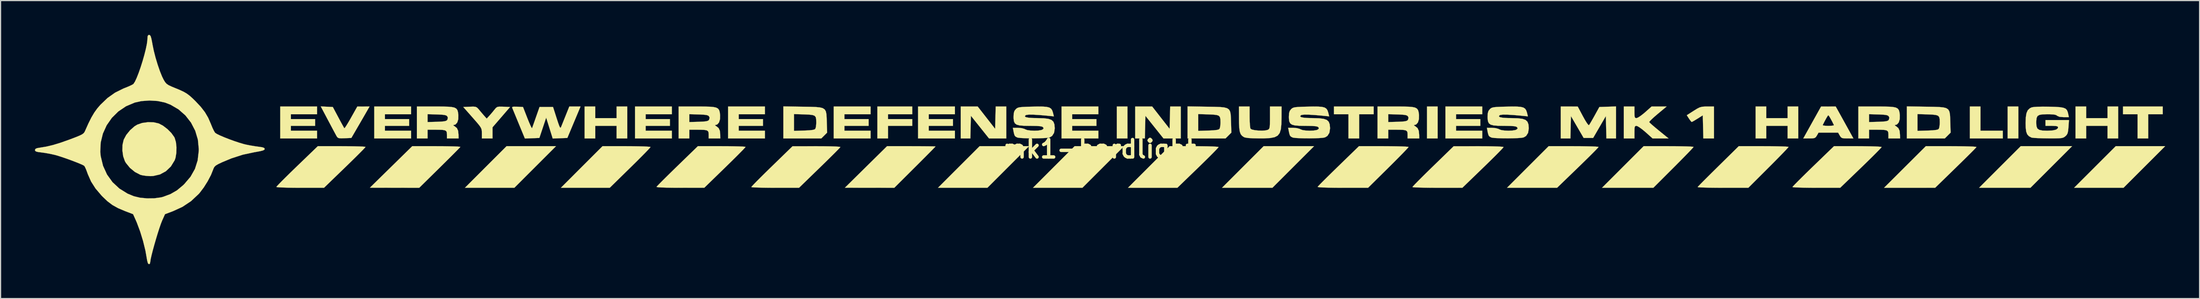
<source format=kicad_pcb>
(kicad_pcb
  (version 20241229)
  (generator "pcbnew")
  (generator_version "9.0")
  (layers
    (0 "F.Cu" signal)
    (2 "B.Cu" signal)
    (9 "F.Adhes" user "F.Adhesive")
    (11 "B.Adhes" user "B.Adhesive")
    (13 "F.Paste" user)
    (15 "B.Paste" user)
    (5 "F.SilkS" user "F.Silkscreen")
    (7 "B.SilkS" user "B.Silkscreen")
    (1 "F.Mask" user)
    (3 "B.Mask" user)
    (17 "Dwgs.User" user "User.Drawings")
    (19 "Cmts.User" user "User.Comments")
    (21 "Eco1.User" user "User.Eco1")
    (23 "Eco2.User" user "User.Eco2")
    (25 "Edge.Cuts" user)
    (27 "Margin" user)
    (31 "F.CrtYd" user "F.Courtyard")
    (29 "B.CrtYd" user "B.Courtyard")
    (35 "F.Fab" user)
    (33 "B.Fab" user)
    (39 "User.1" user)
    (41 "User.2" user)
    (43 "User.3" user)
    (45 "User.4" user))
  (footprint "mk1-hardlight"
    (layer "F.Cu")
    (at 92.969 9.996)
    (property "Reference" "mk1-hardlight" (at 0 0 0) (layer "F.SilkS") (effects (font (size 1.524 1.524) (thickness 0.3))))
    (attr through_hole)
    (fp_poly (pts (xy 2.455 -0.931) (xy 1.524 -0.931) (xy 1.524 -3.725) (xy 2.455 -3.725) (xy 2.455 -0.931)) (stroke (width 0.01) (type solid)) (fill yes) (layer "F.SilkS"))
    (fp_poly (pts (xy 29.549 -0.931) (xy 28.617 -0.931) (xy 28.617 -3.725) (xy 29.549 -3.725) (xy 29.549 -0.931)) (stroke (width 0.01) (type solid)) (fill yes) (layer "F.SilkS"))
    (fp_poly (pts (xy 80.264 -0.931) (xy 79.333 -0.931) (xy 79.333 -3.725) (xy 80.264 -3.725) (xy 80.264 -0.931)) (stroke (width 0.01) (type solid)) (fill yes) (layer "F.SilkS"))
    (fp_poly (pts (xy -49.276 1.566) (xy -51.095 3.387) (xy -55.413 3.387) (xy -53.594 1.566) (xy -51.775 -0.254) (xy -47.457 -0.254) (xy -49.276 1.566)) (stroke (width 0.01) (type solid)) (fill yes) (layer "F.SilkS"))
    (fp_poly (pts (xy -7.959 1.566) (xy -9.778 3.387) (xy -14.096 3.387) (xy -12.277 1.566) (xy -10.458 -0.254) (xy -6.14 -0.254) (xy -7.959 1.566)) (stroke (width 0.01) (type solid)) (fill yes) (layer "F.SilkS"))
    (fp_poly (pts (xy 0.339 1.566) (xy -1.48 3.387) (xy -5.798 3.387) (xy -3.979 1.566) (xy -2.16 -0.254) (xy 2.158 -0.254) (xy 0.339 1.566)) (stroke (width 0.01) (type solid)) (fill yes) (layer "F.SilkS"))
    (fp_poly (pts (xy 16.933 1.566) (xy 15.114 3.387) (xy 10.712 3.387) (xy 12.531 1.566) (xy 14.35 -0.254) (xy 18.752 -0.254) (xy 16.933 1.566)) (stroke (width 0.01) (type solid)) (fill yes) (layer "F.SilkS"))
    (fp_poly (pts (xy 76.962 -1.609) (xy 78.909 -1.609) (xy 78.909 -0.931) (xy 76.031 -0.931) (xy 76.031 -3.725) (xy 76.962 -3.725) (xy 76.962 -1.609)) (stroke (width 0.01) (type solid)) (fill yes) (layer "F.SilkS"))
    (fp_poly (pts (xy 83.143 1.566) (xy 81.324 3.387) (xy 76.836 3.387) (xy 78.655 1.566) (xy 80.474 -0.254) (xy 84.962 -0.254) (xy 83.143 1.566)) (stroke (width 0.01) (type solid)) (fill yes) (layer "F.SilkS"))
    (fp_poly (pts (xy 91.271 1.566) (xy 89.452 3.387) (xy 85.134 3.387) (xy 86.953 1.566) (xy 88.772 -0.254) (xy 93.09 -0.254) (xy 91.271 1.566)) (stroke (width 0.01) (type solid)) (fill yes) (layer "F.SilkS"))
    (fp_poly (pts (xy 23.961 -3.048) (xy 22.691 -3.048) (xy 22.691 -0.931) (xy 21.759 -0.931) (xy 21.759 -3.048) (xy 20.489 -3.048) (xy 20.489 -3.725) (xy 23.961 -3.725) (xy 23.961 -3.048)) (stroke (width 0.01) (type solid)) (fill yes) (layer "F.SilkS"))
    (fp_poly (pts (xy 92.879 -3.048) (xy 91.609 -3.048) (xy 91.609 -0.931) (xy 90.678 -0.931) (xy 90.678 -3.048) (xy 89.408 -3.048) (xy 89.408 -3.725) (xy 92.879 -3.725) (xy 92.879 -3.048)) (stroke (width 0.01) (type solid)) (fill yes) (layer "F.SilkS"))
    (fp_poly (pts (xy -16.341 -3.048) (xy -18.457 -3.048) (xy -18.457 -2.625) (xy -16.341 -2.625) (xy -16.341 -2.032) (xy -18.457 -2.032) (xy -18.457 -0.931) (xy -19.389 -0.931) (xy -19.389 -3.725) (xy -16.341 -3.725) (xy -16.341 -3.048)) (stroke (width 0.01) (type solid)) (fill yes) (layer "F.SilkS"))
    (fp_poly (pts (xy -68.326 -3.048) (xy -70.612 -3.048) (xy -70.612 -2.625) (xy -68.495 -2.625) (xy -68.495 -2.032) (xy -70.612 -2.032) (xy -70.612 -1.609) (xy -68.326 -1.609) (xy -68.326 -0.931) (xy -71.543 -0.931) (xy -71.543 -3.725) (xy -68.326 -3.725) (xy -68.326 -3.048)) (stroke (width 0.01) (type solid)) (fill yes) (layer "F.SilkS"))
    (fp_poly (pts (xy -60.113 -3.048) (xy -62.399 -3.048) (xy -62.399 -2.625) (xy -60.283 -2.625) (xy -60.283 -2.032) (xy -62.399 -2.032) (xy -62.399 -1.609) (xy -60.113 -1.609) (xy -60.113 -0.931) (xy -63.331 -0.931) (xy -63.331 -3.725) (xy -60.113 -3.725) (xy -60.113 -3.048)) (stroke (width 0.01) (type solid)) (fill yes) (layer "F.SilkS"))
    (fp_poly (pts (xy -44.027 -2.709) (xy -42.164 -2.709) (xy -42.164 -3.725) (xy -41.233 -3.725) (xy -41.233 -0.931) (xy -42.164 -0.931) (xy -42.164 -2.032) (xy -44.027 -2.032) (xy -44.027 -0.931) (xy -44.958 -0.931) (xy -44.958 -3.725) (xy -44.027 -3.725) (xy -44.027 -2.709)) (stroke (width 0.01) (type solid)) (fill yes) (layer "F.SilkS"))
    (fp_poly (pts (xy -37.338 -3.048) (xy -39.624 -3.048) (xy -39.624 -2.625) (xy -37.507 -2.625) (xy -37.507 -2.032) (xy -39.624 -2.032) (xy -39.624 -1.609) (xy -37.338 -1.609) (xy -37.338 -0.931) (xy -40.555 -0.931) (xy -40.555 -3.725) (xy -37.338 -3.725) (xy -37.338 -3.048)) (stroke (width 0.01) (type solid)) (fill yes) (layer "F.SilkS"))
    (fp_poly (pts (xy -29.21 -3.048) (xy -31.496 -3.048) (xy -31.496 -2.625) (xy -29.379 -2.625) (xy -29.379 -2.032) (xy -31.496 -2.032) (xy -31.496 -1.609) (xy -29.21 -1.609) (xy -29.21 -0.931) (xy -32.427 -0.931) (xy -32.427 -3.725) (xy -29.21 -3.725) (xy -29.21 -3.048)) (stroke (width 0.01) (type solid)) (fill yes) (layer "F.SilkS"))
    (fp_poly (pts (xy -19.981 -3.048) (xy -22.267 -3.048) (xy -22.267 -2.625) (xy -20.151 -2.625) (xy -20.151 -2.032) (xy -22.267 -2.032) (xy -22.267 -1.609) (xy -19.981 -1.609) (xy -19.981 -0.931) (xy -23.199 -0.931) (xy -23.199 -3.725) (xy -19.981 -3.725) (xy -19.981 -3.048)) (stroke (width 0.01) (type solid)) (fill yes) (layer "F.SilkS"))
    (fp_poly (pts (xy -12.615 -3.048) (xy -14.901 -3.048) (xy -14.901 -2.625) (xy -12.785 -2.625) (xy -12.785 -2.032) (xy -14.901 -2.032) (xy -14.901 -1.609) (xy -12.615 -1.609) (xy -12.615 -0.931) (xy -15.833 -0.931) (xy -15.833 -3.725) (xy -12.615 -3.725) (xy -12.615 -3.048)) (stroke (width 0.01) (type solid)) (fill yes) (layer "F.SilkS"))
    (fp_poly (pts (xy -9.102 -1.772) (xy -9.078 -2.748) (xy -9.054 -3.725) (xy -8.128 -3.725) (xy -8.128 -0.931) (xy -9.637 -0.931) (xy -11.218 -2.913) (xy -11.242 -1.922) (xy -11.266 -0.931) (xy -12.107 -0.931) (xy -12.107 -3.725) (xy -10.625 -3.725) (xy -9.102 -1.772)) (stroke (width 0.01) (type solid)) (fill yes) (layer "F.SilkS"))
    (fp_poly (pts (xy -0.085 -3.048) (xy -2.371 -3.048) (xy -2.371 -2.625) (xy -0.254 -2.625) (xy -0.254 -2.032) (xy -2.371 -2.032) (xy -2.371 -1.609) (xy -0.085 -1.609) (xy -0.085 -0.931) (xy -3.302 -0.931) (xy -3.302 -3.725) (xy -0.085 -3.725) (xy -0.085 -3.048)) (stroke (width 0.01) (type solid)) (fill yes) (layer "F.SilkS"))
    (fp_poly (pts (xy 6.138 -1.772) (xy 6.162 -2.748) (xy 6.186 -3.725) (xy 7.112 -3.725) (xy 7.112 -0.931) (xy 5.603 -0.931) (xy 4.022 -2.913) (xy 3.998 -1.922) (xy 3.974 -0.931) (xy 3.133 -0.931) (xy 3.133 -3.725) (xy 4.615 -3.725) (xy 6.138 -1.772)) (stroke (width 0.01) (type solid)) (fill yes) (layer "F.SilkS"))
    (fp_poly (pts (xy 33.443 -3.048) (xy 31.157 -3.048) (xy 31.157 -2.625) (xy 33.274 -2.625) (xy 33.274 -2.032) (xy 31.157 -2.032) (xy 31.157 -1.609) (xy 33.443 -1.609) (xy 33.443 -0.931) (xy 30.226 -0.931) (xy 30.226 -3.725) (xy 33.443 -3.725) (xy 33.443 -3.048)) (stroke (width 0.01) (type solid)) (fill yes) (layer "F.SilkS"))
    (fp_poly (pts (xy 58.251 -2.709) (xy 60.113 -2.709) (xy 60.113 -3.725) (xy 61.045 -3.725) (xy 61.045 -0.931) (xy 60.113 -0.931) (xy 60.113 -2.032) (xy 58.251 -2.032) (xy 58.251 -0.931) (xy 57.319 -0.931) (xy 57.319 -3.725) (xy 58.251 -3.725) (xy 58.251 -2.709)) (stroke (width 0.01) (type solid)) (fill yes) (layer "F.SilkS"))
    (fp_poly (pts (xy 86.191 -2.709) (xy 88.053 -2.709) (xy 88.053 -3.725) (xy 88.985 -3.725) (xy 88.985 -0.931) (xy 88.053 -0.931) (xy 88.053 -2.032) (xy 86.191 -2.032) (xy 86.191 -0.931) (xy 85.259 -0.931) (xy 85.259 -3.725) (xy 86.191 -3.725) (xy 86.191 -2.709)) (stroke (width 0.01) (type solid)) (fill yes) (layer "F.SilkS"))
    (fp_poly (pts (xy -57.32 -0.252) (xy -56.806 -0.245) (xy -56.376 -0.234) (xy -56.052 -0.221) (xy -55.857 -0.205) (xy -55.809 -0.191) (xy -55.875 -0.117) (xy -56.046 0.06) (xy -56.307 0.324) (xy -56.644 0.662) (xy -57.04 1.056) (xy -57.482 1.493) (xy -57.62 1.63) (xy -59.402 3.387) (xy -61.557 3.383) (xy -63.712 3.379) (xy -60.012 -0.254) (xy -57.897 -0.254) (xy -57.32 -0.252)) (stroke (width 0.01) (type solid)) (fill yes) (layer "F.SilkS"))
    (fp_poly (pts (xy -40.721 -0.251) (xy -40.206 -0.243) (xy -39.774 -0.231) (xy -39.448 -0.214) (xy -39.251 -0.196) (xy -39.201 -0.18) (xy -39.259 -0.104) (xy -39.424 0.075) (xy -39.68 0.341) (xy -40.013 0.678) (xy -40.407 1.073) (xy -40.847 1.508) (xy -40.983 1.641) (xy -42.764 3.387) (xy -47.031 3.387) (xy -45.212 1.566) (xy -43.393 -0.254) (xy -41.297 -0.254) (xy -40.721 -0.251)) (stroke (width 0.01) (type solid)) (fill yes) (layer "F.SilkS"))
    (fp_poly (pts (xy -15.847 -0.253) (xy -15.329 -0.25) (xy -14.893 -0.246) (xy -14.564 -0.241) (xy -14.362 -0.234) (xy -14.309 -0.229) (xy -14.366 -0.165) (xy -14.529 0.003) (xy -14.783 0.261) (xy -15.113 0.594) (xy -15.504 0.987) (xy -15.941 1.425) (xy -16.108 1.591) (xy -17.907 3.386) (xy -22.225 3.381) (xy -20.384 1.563) (xy -18.543 -0.254) (xy -16.426 -0.254) (xy -15.847 -0.253)) (stroke (width 0.01) (type solid)) (fill yes) (layer "F.SilkS"))
    (fp_poly (pts (xy 42.01 -0.252) (xy 42.538 -0.244) (xy 42.983 -0.234) (xy 43.324 -0.22) (xy 43.538 -0.203) (xy 43.603 -0.187) (xy 43.545 -0.113) (xy 43.379 0.062) (xy 43.121 0.325) (xy 42.786 0.66) (xy 42.388 1.051) (xy 41.944 1.485) (xy 41.79 1.634) (xy 39.977 3.387) (xy 35.604 3.387) (xy 37.423 1.566) (xy 39.242 -0.254) (xy 41.422 -0.254) (xy 42.01 -0.252)) (stroke (width 0.01) (type solid)) (fill yes) (layer "F.SilkS"))
    (fp_poly (pts (xy 50.307 -0.252) (xy 50.835 -0.245) (xy 51.281 -0.235) (xy 51.621 -0.221) (xy 51.835 -0.205) (xy 51.901 -0.19) (xy 51.843 -0.116) (xy 51.68 0.062) (xy 51.426 0.328) (xy 51.097 0.667) (xy 50.707 1.063) (xy 50.272 1.502) (xy 50.143 1.631) (xy 48.386 3.387) (xy 43.901 3.387) (xy 45.72 1.566) (xy 47.539 -0.254) (xy 49.72 -0.254) (xy 50.307 -0.252)) (stroke (width 0.01) (type solid)) (fill yes) (layer "F.SilkS"))
    (fp_poly (pts (xy 75.028 -0.251) (xy 75.57 -0.243) (xy 76.019 -0.231) (xy 76.354 -0.216) (xy 76.556 -0.197) (xy 76.609 -0.179) (xy 76.544 -0.103) (xy 76.372 0.076) (xy 76.109 0.342) (xy 75.77 0.679) (xy 75.371 1.073) (xy 74.927 1.508) (xy 74.791 1.642) (xy 73 3.387) (xy 68.538 3.386) (xy 70.362 1.566) (xy 72.186 -0.254) (xy 74.412 -0.254) (xy 75.028 -0.251)) (stroke (width 0.01) (type solid)) (fill yes) (layer "F.SilkS"))
    (fp_poly (pts (xy 8.898 -0.251) (xy 9.439 -0.243) (xy 9.878 -0.229) (xy 10.198 -0.212) (xy 10.379 -0.191) (xy 10.414 -0.176) (xy 10.355 -0.1) (xy 10.19 0.078) (xy 9.932 0.343) (xy 9.597 0.68) (xy 9.2 1.072) (xy 8.757 1.506) (xy 8.615 1.643) (xy 6.816 3.385) (xy 4.657 3.386) (xy 2.499 3.387) (xy 4.318 1.566) (xy 6.137 -0.254) (xy 8.275 -0.254) (xy 8.898 -0.251)) (stroke (width 0.01) (type solid)) (fill yes) (layer "F.SilkS"))
    (fp_poly (pts (xy 53.679 -0.931) (xy 52.753 -0.931) (xy 52.729 -1.942) (xy 52.705 -2.953) (xy 52.243 -2.662) (xy 51.999 -2.512) (xy 51.815 -2.407) (xy 51.735 -2.372) (xy 51.665 -2.437) (xy 51.544 -2.598) (xy 51.498 -2.668) (xy 51.306 -2.963) (xy 51.901 -3.344) (xy 52.207 -3.534) (xy 52.434 -3.648) (xy 52.643 -3.704) (xy 52.895 -3.724) (xy 53.087 -3.725) (xy 53.679 -3.725) (xy 53.679 -0.931)) (stroke (width 0.01) (type solid)) (fill yes) (layer "F.SilkS"))
    (fp_poly (pts (xy 45.127 -0.931) (xy 44.286 -0.931) (xy 44.262 -1.909) (xy 44.238 -2.886) (xy 43.129 -0.974) (xy 42.3 -0.974) (xy 41.19 -2.886) (xy 41.166 -1.909) (xy 41.143 -0.931) (xy 40.301 -0.931) (xy 40.301 -3.725) (xy 41.042 -3.724) (xy 41.783 -3.723) (xy 42.236 -2.869) (xy 42.42 -2.539) (xy 42.581 -2.281) (xy 42.701 -2.122) (xy 42.76 -2.087) (xy 42.829 -2.188) (xy 42.957 -2.402) (xy 43.125 -2.695) (xy 43.251 -2.921) (xy 43.671 -3.683) (xy 45.127 -3.732) (xy 45.127 -0.931)) (stroke (width 0.01) (type solid)) (fill yes) (layer "F.SilkS"))
    (fp_poly (pts (xy -65.603 -0.251) (xy -65.09 -0.244) (xy -64.659 -0.233) (xy -64.335 -0.219) (xy -64.14 -0.203) (xy -64.093 -0.189) (xy -64.151 -0.115) (xy -64.317 0.06) (xy -64.575 0.322) (xy -64.91 0.657) (xy -65.307 1.048) (xy -65.751 1.482) (xy -65.906 1.632) (xy -67.72 3.387) (xy -69.801 3.387) (xy -70.374 3.384) (xy -70.887 3.376) (xy -71.317 3.363) (xy -71.64 3.347) (xy -71.835 3.328) (xy -71.882 3.313) (xy -71.823 3.237) (xy -71.657 3.06) (xy -71.399 2.796) (xy -71.063 2.461) (xy -70.666 2.069) (xy -70.221 1.636) (xy -70.072 1.492) (xy -68.261 -0.254) (xy -66.177 -0.254) (xy -65.603 -0.251)) (stroke (width 0.01) (type solid)) (fill yes) (layer "F.SilkS"))
    (fp_poly (pts (xy -32.412 -0.252) (xy -31.898 -0.245) (xy -31.467 -0.234) (xy -31.143 -0.22) (xy -30.948 -0.204) (xy -30.9 -0.191) (xy -30.957 -0.118) (xy -31.121 0.058) (xy -31.378 0.32) (xy -31.711 0.655) (xy -32.106 1.047) (xy -32.549 1.481) (xy -32.699 1.628) (xy -34.502 3.382) (xy -36.604 3.385) (xy -37.259 3.382) (xy -37.806 3.374) (xy -38.233 3.36) (xy -38.524 3.341) (xy -38.667 3.318) (xy -38.679 3.307) (xy -38.613 3.23) (xy -38.441 3.051) (xy -38.177 2.785) (xy -37.838 2.447) (xy -37.439 2.053) (xy -36.994 1.618) (xy -36.859 1.487) (xy -35.067 -0.254) (xy -32.985 -0.254) (xy -32.412 -0.252)) (stroke (width 0.01) (type solid)) (fill yes) (layer "F.SilkS"))
    (fp_poly (pts (xy -24.04 -0.249) (xy -23.493 -0.241) (xy -23.066 -0.227) (xy -22.775 -0.209) (xy -22.632 -0.186) (xy -22.62 -0.175) (xy -22.686 -0.097) (xy -22.858 0.082) (xy -23.121 0.348) (xy -23.461 0.686) (xy -23.86 1.08) (xy -24.305 1.514) (xy -24.44 1.646) (xy -26.231 3.387) (xy -28.313 3.387) (xy -28.887 3.384) (xy -29.401 3.377) (xy -29.831 3.367) (xy -30.156 3.353) (xy -30.351 3.337) (xy -30.399 3.323) (xy -30.342 3.25) (xy -30.177 3.075) (xy -29.921 2.812) (xy -29.588 2.477) (xy -29.192 2.085) (xy -28.75 1.651) (xy -28.6 1.505) (xy -26.797 -0.25) (xy -24.694 -0.252) (xy -24.04 -0.249)) (stroke (width 0.01) (type solid)) (fill yes) (layer "F.SilkS"))
    (fp_poly (pts (xy 25.428 -0.251) (xy 25.953 -0.244) (xy 26.396 -0.233) (xy 26.735 -0.218) (xy 26.946 -0.201) (xy 27.009 -0.184) (xy 26.951 -0.109) (xy 26.787 0.069) (xy 26.532 0.335) (xy 26.201 0.673) (xy 25.809 1.068) (xy 25.371 1.506) (xy 25.24 1.636) (xy 23.471 3.387) (xy 21.253 3.387) (xy 20.579 3.384) (xy 20.012 3.375) (xy 19.565 3.362) (xy 19.252 3.344) (xy 19.087 3.322) (xy 19.064 3.307) (xy 19.13 3.23) (xy 19.302 3.051) (xy 19.565 2.785) (xy 19.905 2.447) (xy 20.304 2.053) (xy 20.749 1.618) (xy 20.884 1.487) (xy 22.675 -0.254) (xy 24.842 -0.254) (xy 25.428 -0.251)) (stroke (width 0.01) (type solid)) (fill yes) (layer "F.SilkS"))
    (fp_poly (pts (xy 33.757 -0.25) (xy 34.305 -0.242) (xy 34.751 -0.229) (xy 35.078 -0.213) (xy 35.266 -0.192) (xy 35.306 -0.176) (xy 35.247 -0.1) (xy 35.082 0.078) (xy 34.824 0.343) (xy 34.489 0.68) (xy 34.092 1.072) (xy 33.649 1.506) (xy 33.507 1.643) (xy 31.708 3.385) (xy 29.527 3.386) (xy 28.94 3.384) (xy 28.412 3.377) (xy 27.966 3.367) (xy 27.624 3.354) (xy 27.41 3.339) (xy 27.344 3.323) (xy 27.401 3.25) (xy 27.565 3.075) (xy 27.822 2.812) (xy 28.155 2.477) (xy 28.55 2.085) (xy 28.993 1.651) (xy 29.143 1.505) (xy 30.946 -0.25) (xy 33.126 -0.252) (xy 33.757 -0.25)) (stroke (width 0.01) (type solid)) (fill yes) (layer "F.SilkS"))
    (fp_poly (pts (xy 58.609 -0.252) (xy 59.136 -0.245) (xy 59.581 -0.234) (xy 59.921 -0.221) (xy 60.134 -0.205) (xy 60.198 -0.19) (xy 60.14 -0.116) (xy 59.977 0.062) (xy 59.724 0.328) (xy 59.395 0.667) (xy 59.005 1.063) (xy 58.569 1.502) (xy 58.44 1.631) (xy 56.683 3.387) (xy 54.454 3.387) (xy 53.861 3.384) (xy 53.33 3.378) (xy 52.882 3.368) (xy 52.539 3.355) (xy 52.322 3.34) (xy 52.253 3.323) (xy 52.319 3.25) (xy 52.49 3.073) (xy 52.751 2.808) (xy 53.088 2.471) (xy 53.484 2.076) (xy 53.926 1.639) (xy 54.064 1.503) (xy 55.846 -0.254) (xy 58.022 -0.254) (xy 58.609 -0.252)) (stroke (width 0.01) (type solid)) (fill yes) (layer "F.SilkS"))
    (fp_poly (pts (xy 66.825 -0.251) (xy 67.341 -0.243) (xy 67.771 -0.23) (xy 68.092 -0.214) (xy 68.282 -0.194) (xy 68.326 -0.179) (xy 68.267 -0.103) (xy 68.101 0.074) (xy 67.843 0.338) (xy 67.507 0.674) (xy 67.11 1.065) (xy 66.665 1.498) (xy 66.517 1.641) (xy 64.707 3.387) (xy 62.622 3.387) (xy 62.048 3.384) (xy 61.534 3.377) (xy 61.104 3.366) (xy 60.78 3.352) (xy 60.585 3.335) (xy 60.537 3.321) (xy 60.595 3.248) (xy 60.761 3.073) (xy 61.019 2.81) (xy 61.354 2.476) (xy 61.751 2.084) (xy 62.195 1.651) (xy 62.35 1.501) (xy 64.164 -0.254) (xy 66.245 -0.254) (xy 66.825 -0.251)) (stroke (width 0.01) (type solid)) (fill yes) (layer "F.SilkS"))
    (fp_poly (pts (xy -54.489 -3.7) (xy -54.357 -3.636) (xy -54.229 -3.506) (xy -54.153 -3.414) (xy -53.95 -3.171) (xy -53.755 -2.943) (xy -53.7 -2.881) (xy -53.51 -2.667) (xy -53.277 -2.921) (xy -53.06 -3.169) (xy -52.845 -3.432) (xy -52.827 -3.455) (xy -52.703 -3.603) (xy -52.587 -3.684) (xy -52.427 -3.715) (xy -52.17 -3.714) (xy -52.039 -3.708) (xy -51.468 -3.683) (xy -52.234 -2.794) (xy -53.001 -1.906) (xy -53.001 -0.931) (xy -53.933 -0.931) (xy -53.933 -1.386) (xy -53.936 -1.566) (xy -53.956 -1.713) (xy -54.01 -1.854) (xy -54.115 -2.02) (xy -54.288 -2.238) (xy -54.547 -2.537) (xy -54.744 -2.762) (xy -55.556 -3.683) (xy -54.986 -3.708) (xy -54.681 -3.718) (xy -54.489 -3.7)) (stroke (width 0.01) (type solid)) (fill yes) (layer "F.SilkS"))
    (fp_poly (pts (xy -25.91 -3.709) (xy -25.267 -3.699) (xy -24.773 -3.682) (xy -24.409 -3.647) (xy -24.153 -3.579) (xy -23.986 -3.466) (xy -23.887 -3.296) (xy -23.837 -3.056) (xy -23.816 -2.732) (xy -23.805 -2.369) (xy -23.776 -1.441) (xy -24.286 -0.931) (xy -27.601 -0.931) (xy -27.601 -1.593) (xy -26.67 -1.593) (xy -25.778 -1.622) (xy -25.346 -1.642) (xy -25.057 -1.673) (xy -24.885 -1.717) (xy -24.805 -1.778) (xy -24.758 -1.934) (xy -24.73 -2.186) (xy -24.725 -2.328) (xy -24.733 -2.608) (xy -24.773 -2.798) (xy -24.874 -2.917) (xy -25.063 -2.984) (xy -25.369 -3.018) (xy -25.778 -3.035) (xy -26.67 -3.063) (xy -26.67 -1.593) (xy -27.601 -1.593) (xy -27.601 -3.735) (xy -25.91 -3.709)) (stroke (width 0.01) (type solid)) (fill yes) (layer "F.SilkS"))
    (fp_poly (pts (xy 9.396 -3.709) (xy 10.039 -3.699) (xy 10.533 -3.682) (xy 10.897 -3.647) (xy 11.153 -3.579) (xy 11.32 -3.466) (xy 11.419 -3.296) (xy 11.469 -3.056) (xy 11.49 -2.732) (xy 11.501 -2.369) (xy 11.53 -1.441) (xy 11.02 -0.931) (xy 7.705 -0.931) (xy 7.705 -1.593) (xy 8.636 -1.593) (xy 9.528 -1.622) (xy 9.96 -1.642) (xy 10.249 -1.673) (xy 10.421 -1.717) (xy 10.501 -1.778) (xy 10.548 -1.934) (xy 10.576 -2.186) (xy 10.581 -2.328) (xy 10.573 -2.608) (xy 10.533 -2.798) (xy 10.432 -2.917) (xy 10.243 -2.984) (xy 9.937 -3.018) (xy 9.528 -3.035) (xy 8.636 -3.063) (xy 8.636 -1.593) (xy 7.705 -1.593) (xy 7.705 -3.735) (xy 9.396 -3.709)) (stroke (width 0.01) (type solid)) (fill yes) (layer "F.SilkS"))
    (fp_poly (pts (xy 72.219 -3.709) (xy 72.861 -3.699) (xy 73.355 -3.682) (xy 73.72 -3.647) (xy 73.976 -3.579) (xy 74.143 -3.466) (xy 74.241 -3.296) (xy 74.291 -3.056) (xy 74.313 -2.732) (xy 74.324 -2.369) (xy 74.352 -1.441) (xy 73.842 -0.931) (xy 70.527 -0.931) (xy 70.527 -1.593) (xy 71.459 -1.593) (xy 72.351 -1.622) (xy 72.783 -1.642) (xy 73.072 -1.673) (xy 73.244 -1.717) (xy 73.323 -1.778) (xy 73.37 -1.934) (xy 73.399 -2.186) (xy 73.403 -2.328) (xy 73.396 -2.608) (xy 73.356 -2.798) (xy 73.255 -2.917) (xy 73.065 -2.984) (xy 72.76 -3.018) (xy 72.351 -3.035) (xy 71.459 -3.063) (xy 71.459 -1.593) (xy 70.527 -1.593) (xy 70.527 -3.735) (xy 72.219 -3.709)) (stroke (width 0.01) (type solid)) (fill yes) (layer "F.SilkS"))
    (fp_poly (pts (xy -82.579 -2.341) (xy -82.15 -2.241) (xy -81.778 -2.043) (xy -81.395 -1.748) (xy -81.053 -1.404) (xy -80.804 -1.058) (xy -80.761 -0.974) (xy -80.653 -0.603) (xy -80.605 -0.142) (xy -80.618 0.339) (xy -80.691 0.773) (xy -80.763 0.979) (xy -81.093 1.519) (xy -81.529 1.937) (xy -82.051 2.22) (xy -82.641 2.356) (xy -82.884 2.367) (xy -83.233 2.347) (xy -83.565 2.299) (xy -83.757 2.25) (xy -84.23 2.006) (xy -84.67 1.644) (xy -85.02 1.214) (xy -85.11 1.058) (xy -85.26 0.63) (xy -85.33 0.123) (xy -85.315 -0.387) (xy -85.215 -0.821) (xy -84.99 -1.24) (xy -84.658 -1.649) (xy -84.273 -1.989) (xy -84.035 -2.136) (xy -83.601 -2.287) (xy -83.091 -2.357) (xy -82.579 -2.341)) (stroke (width 0.01) (type solid)) (fill yes) (layer "F.SilkS"))
    (fp_poly (pts (xy -67.476 -3.708) (xy -66.95 -3.683) (xy -66.466 -2.773) (xy -66.277 -2.418) (xy -66.115 -2.121) (xy -65.998 -1.912) (xy -65.943 -1.822) (xy -65.942 -1.821) (xy -65.888 -1.875) (xy -65.769 -2.052) (xy -65.602 -2.325) (xy -65.403 -2.668) (xy -65.357 -2.751) (xy -64.812 -3.722) (xy -64.277 -3.723) (xy -63.742 -3.725) (xy -63.996 -3.281) (xy -64.141 -3.028) (xy -64.343 -2.678) (xy -64.575 -2.277) (xy -64.791 -1.905) (xy -65.331 -0.974) (xy -65.919 -0.95) (xy -66.23 -0.942) (xy -66.418 -0.957) (xy -66.528 -1.009) (xy -66.608 -1.11) (xy -66.637 -1.162) (xy -66.722 -1.318) (xy -66.869 -1.591) (xy -67.059 -1.949) (xy -67.276 -2.358) (xy -67.386 -2.565) (xy -68.003 -3.734) (xy -67.476 -3.708)) (stroke (width 0.01) (type solid)) (fill yes) (layer "F.SilkS"))
    (fp_poly (pts (xy 46.736 -3.217) (xy 46.742 -2.934) (xy 46.768 -2.781) (xy 46.829 -2.719) (xy 46.913 -2.709) (xy 47.052 -2.763) (xy 47.276 -2.908) (xy 47.543 -3.116) (xy 47.661 -3.217) (xy 48.232 -3.725) (xy 49.545 -3.725) (xy 48.772 -3.08) (xy 48.473 -2.823) (xy 48.233 -2.602) (xy 48.075 -2.441) (xy 48.024 -2.362) (xy 48.095 -2.283) (xy 48.273 -2.122) (xy 48.532 -1.9) (xy 48.845 -1.641) (xy 48.882 -1.61) (xy 49.717 -0.931) (xy 48.321 -0.931) (xy 47.707 -1.482) (xy 47.418 -1.724) (xy 47.161 -1.911) (xy 46.973 -2.017) (xy 46.914 -2.032) (xy 46.818 -2.017) (xy 46.764 -1.946) (xy 46.741 -1.782) (xy 46.736 -1.488) (xy 46.736 -0.931) (xy 45.805 -0.931) (xy 45.805 -3.725) (xy 46.736 -3.725) (xy 46.736 -3.217)) (stroke (width 0.01) (type solid)) (fill yes) (layer "F.SilkS"))
    (fp_poly (pts (xy 13.125 -2.815) (xy 13.132 -2.429) (xy 13.152 -2.099) (xy 13.18 -1.866) (xy 13.205 -1.78) (xy 13.331 -1.709) (xy 13.574 -1.655) (xy 13.884 -1.622) (xy 14.21 -1.614) (xy 14.501 -1.632) (xy 14.705 -1.68) (xy 14.721 -1.688) (xy 14.799 -1.741) (xy 14.851 -1.823) (xy 14.881 -1.965) (xy 14.896 -2.2) (xy 14.901 -2.559) (xy 14.901 -2.755) (xy 14.901 -3.725) (xy 15.917 -3.725) (xy 15.913 -2.773) (xy 15.899 -2.181) (xy 15.852 -1.731) (xy 15.751 -1.404) (xy 15.576 -1.18) (xy 15.307 -1.04) (xy 14.923 -0.966) (xy 14.404 -0.937) (xy 13.97 -0.934) (xy 13.399 -0.944) (xy 12.985 -0.97) (xy 12.719 -1.014) (xy 12.625 -1.049) (xy 12.46 -1.163) (xy 12.343 -1.313) (xy 12.266 -1.526) (xy 12.221 -1.832) (xy 12.199 -2.258) (xy 12.195 -2.646) (xy 12.192 -3.725) (xy 13.123 -3.725) (xy 13.125 -2.815)) (stroke (width 0.01) (type solid)) (fill yes) (layer "F.SilkS"))
    (fp_poly (pts (xy -45.89 -2.349) (xy -46.466 -0.974) (xy -47.105 -0.949) (xy -47.744 -0.924) (xy -48.315 -2.752) (xy -48.612 -1.863) (xy -48.909 -0.974) (xy -49.541 -0.949) (xy -50.174 -0.925) (xy -50.708 -2.219) (xy -50.889 -2.66) (xy -51.05 -3.05) (xy -51.178 -3.36) (xy -51.261 -3.563) (xy -51.286 -3.624) (xy -51.271 -3.686) (xy -51.147 -3.713) (xy -50.885 -3.711) (xy -50.834 -3.709) (xy -50.338 -3.683) (xy -49.961 -2.715) (xy -49.815 -2.353) (xy -49.69 -2.066) (xy -49.598 -1.88) (xy -49.552 -1.823) (xy -49.55 -1.826) (xy -49.511 -1.934) (xy -49.428 -2.166) (xy -49.315 -2.485) (xy -49.207 -2.794) (xy -48.895 -3.683) (xy -47.715 -3.683) (xy -47.404 -2.709) (xy -47.271 -2.304) (xy -47.178 -2.041) (xy -47.112 -1.901) (xy -47.064 -1.864) (xy -47.024 -1.911) (xy -47.008 -1.947) (xy -46.94 -2.116) (xy -46.828 -2.396) (xy -46.69 -2.74) (xy -46.609 -2.942) (xy -46.295 -3.725) (xy -45.314 -3.725) (xy -45.89 -2.349)) (stroke (width 0.01) (type solid)) (fill yes) (layer "F.SilkS"))
    (fp_poly (pts (xy 64.492 -3.408) (xy 64.598 -3.218) (xy 64.764 -2.917) (xy 64.972 -2.542) (xy 65.199 -2.13) (xy 65.265 -2.011) (xy 65.86 -0.931) (xy 65.336 -0.932) (xy 65.044 -0.938) (xy 64.869 -0.969) (xy 64.761 -1.045) (xy 64.669 -1.184) (xy 64.668 -1.186) (xy 64.524 -1.439) (xy 62.815 -1.439) (xy 62.671 -1.186) (xy 62.578 -1.046) (xy 62.471 -0.97) (xy 62.297 -0.938) (xy 62.005 -0.932) (xy 62.003 -0.932) (xy 61.481 -0.931) (xy 62.129 -2.095) (xy 63.177 -2.095) (xy 63.238 -2.063) (xy 63.425 -2.04) (xy 63.669 -2.032) (xy 63.936 -2.041) (xy 64.113 -2.065) (xy 64.161 -2.095) (xy 64.005 -2.411) (xy 63.857 -2.685) (xy 63.74 -2.881) (xy 63.672 -2.963) (xy 63.669 -2.963) (xy 63.607 -2.893) (xy 63.493 -2.705) (xy 63.347 -2.436) (xy 63.19 -2.123) (xy 63.177 -2.095) (xy 62.129 -2.095) (xy 62.257 -2.326) (xy 63.034 -3.721) (xy 63.675 -3.723) (xy 64.315 -3.725) (xy 64.492 -3.408)) (stroke (width 0.01) (type solid)) (fill yes) (layer "F.SilkS"))
    (fp_poly (pts (xy -57.383 -3.723) (xy -56.908 -3.711) (xy -56.56 -3.681) (xy -56.318 -3.626) (xy -56.161 -3.537) (xy -56.067 -3.408) (xy -56.016 -3.23) (xy -55.987 -2.995) (xy -55.985 -2.98) (xy -55.992 -2.616) (xy -56.079 -2.33) (xy -56.232 -2.154) (xy -56.369 -2.114) (xy -56.44 -2.093) (xy -56.365 -2.029) (xy -56.308 -1.996) (xy -56.113 -1.837) (xy -56.007 -1.605) (xy -55.971 -1.255) (xy -55.971 -1.249) (xy -55.965 -0.931) (xy -56.981 -0.931) (xy -56.981 -1.261) (xy -56.991 -1.446) (xy -57.041 -1.569) (xy -57.16 -1.643) (xy -57.375 -1.68) (xy -57.715 -1.692) (xy -57.961 -1.693) (xy -58.674 -1.693) (xy -58.674 -0.931) (xy -59.605 -0.931) (xy -59.605 -2.365) (xy -58.674 -2.365) (xy -57.857 -2.389) (xy -57.462 -2.406) (xy -57.203 -2.433) (xy -57.047 -2.476) (xy -56.961 -2.542) (xy -56.948 -2.561) (xy -56.9 -2.744) (xy -56.948 -2.857) (xy -57.022 -2.93) (xy -57.16 -2.978) (xy -57.393 -3.008) (xy -57.755 -3.027) (xy -57.857 -3.03) (xy -58.674 -3.054) (xy -58.674 -2.365) (xy -59.605 -2.365) (xy -59.605 -3.725) (xy -58.006 -3.725) (xy -57.383 -3.723)) (stroke (width 0.01) (type solid)) (fill yes) (layer "F.SilkS"))
    (fp_poly (pts (xy -34.523 -3.723) (xy -34.048 -3.711) (xy -33.7 -3.681) (xy -33.458 -3.626) (xy -33.301 -3.537) (xy -33.207 -3.408) (xy -33.156 -3.23) (xy -33.127 -2.995) (xy -33.125 -2.98) (xy -33.132 -2.616) (xy -33.219 -2.33) (xy -33.372 -2.154) (xy -33.509 -2.114) (xy -33.58 -2.093) (xy -33.505 -2.029) (xy -33.448 -1.996) (xy -33.253 -1.837) (xy -33.147 -1.605) (xy -33.111 -1.255) (xy -33.111 -1.249) (xy -33.105 -0.931) (xy -34.121 -0.931) (xy -34.121 -1.261) (xy -34.131 -1.446) (xy -34.181 -1.569) (xy -34.3 -1.643) (xy -34.515 -1.68) (xy -34.855 -1.692) (xy -35.101 -1.693) (xy -35.814 -1.693) (xy -35.814 -0.931) (xy -36.745 -0.931) (xy -36.745 -2.365) (xy -35.814 -2.365) (xy -34.997 -2.389) (xy -34.602 -2.406) (xy -34.343 -2.433) (xy -34.187 -2.476) (xy -34.101 -2.542) (xy -34.088 -2.561) (xy -34.04 -2.744) (xy -34.088 -2.857) (xy -34.162 -2.93) (xy -34.3 -2.978) (xy -34.533 -3.008) (xy -34.895 -3.027) (xy -34.997 -3.03) (xy -35.814 -3.054) (xy -35.814 -2.365) (xy -36.745 -2.365) (xy -36.745 -3.725) (xy -35.146 -3.725) (xy -34.523 -3.723)) (stroke (width 0.01) (type solid)) (fill yes) (layer "F.SilkS"))
    (fp_poly (pts (xy 26.522 -3.723) (xy 26.997 -3.711) (xy 27.345 -3.681) (xy 27.587 -3.626) (xy 27.744 -3.537) (xy 27.837 -3.408) (xy 27.888 -3.23) (xy 27.918 -2.995) (xy 27.919 -2.98) (xy 27.912 -2.616) (xy 27.825 -2.33) (xy 27.673 -2.154) (xy 27.536 -2.114) (xy 27.465 -2.093) (xy 27.54 -2.029) (xy 27.597 -1.996) (xy 27.792 -1.837) (xy 27.897 -1.605) (xy 27.934 -1.255) (xy 27.934 -1.249) (xy 27.94 -0.931) (xy 26.924 -0.931) (xy 26.924 -1.261) (xy 26.914 -1.446) (xy 26.864 -1.569) (xy 26.745 -1.643) (xy 26.53 -1.68) (xy 26.189 -1.692) (xy 25.943 -1.693) (xy 25.231 -1.693) (xy 25.231 -0.931) (xy 24.299 -0.931) (xy 24.299 -2.365) (xy 25.231 -2.365) (xy 26.047 -2.389) (xy 26.443 -2.406) (xy 26.702 -2.433) (xy 26.858 -2.476) (xy 26.944 -2.542) (xy 26.957 -2.561) (xy 27.005 -2.744) (xy 26.957 -2.857) (xy 26.882 -2.93) (xy 26.745 -2.978) (xy 26.512 -3.008) (xy 26.15 -3.027) (xy 26.047 -3.03) (xy 25.231 -3.054) (xy 25.231 -2.365) (xy 24.299 -2.365) (xy 24.299 -3.725) (xy 25.899 -3.725) (xy 26.522 -3.723)) (stroke (width 0.01) (type solid)) (fill yes) (layer "F.SilkS"))
    (fp_poly (pts (xy 68.516 -3.723) (xy 68.991 -3.711) (xy 69.339 -3.681) (xy 69.581 -3.626) (xy 69.739 -3.537) (xy 69.832 -3.408) (xy 69.883 -3.23) (xy 69.912 -2.995) (xy 69.914 -2.98) (xy 69.907 -2.616) (xy 69.82 -2.33) (xy 69.667 -2.154) (xy 69.531 -2.114) (xy 69.459 -2.093) (xy 69.535 -2.029) (xy 69.592 -1.996) (xy 69.786 -1.837) (xy 69.892 -1.605) (xy 69.929 -1.255) (xy 69.929 -1.249) (xy 69.935 -0.931) (xy 68.919 -0.931) (xy 68.919 -1.261) (xy 68.908 -1.446) (xy 68.858 -1.569) (xy 68.74 -1.643) (xy 68.525 -1.68) (xy 68.184 -1.692) (xy 67.938 -1.693) (xy 67.225 -1.693) (xy 67.225 -0.931) (xy 66.294 -0.931) (xy 66.294 -2.365) (xy 67.225 -2.365) (xy 68.042 -2.389) (xy 68.437 -2.406) (xy 68.697 -2.433) (xy 68.853 -2.476) (xy 68.939 -2.542) (xy 68.952 -2.561) (xy 68.999 -2.744) (xy 68.952 -2.857) (xy 68.877 -2.93) (xy 68.74 -2.978) (xy 68.507 -3.008) (xy 68.145 -3.027) (xy 68.042 -3.03) (xy 67.225 -3.054) (xy 67.225 -2.365) (xy 66.294 -2.365) (xy 66.294 -3.725) (xy 67.893 -3.725) (xy 68.516 -3.723)) (stroke (width 0.01) (type solid)) (fill yes) (layer "F.SilkS"))
    (fp_poly (pts (xy 82.817 -3.712) (xy 82.949 -3.71) (xy 83.5 -3.694) (xy 83.905 -3.667) (xy 84.191 -3.618) (xy 84.382 -3.54) (xy 84.503 -3.421) (xy 84.578 -3.253) (xy 84.623 -3.069) (xy 84.68 -2.794) (xy 84.218 -2.794) (xy 83.862 -2.822) (xy 83.664 -2.907) (xy 83.651 -2.921) (xy 83.545 -2.988) (xy 83.345 -3.028) (xy 83.021 -3.046) (xy 82.804 -3.048) (xy 82.385 -3.038) (xy 82.106 -2.992) (xy 81.94 -2.89) (xy 81.858 -2.71) (xy 81.832 -2.431) (xy 81.83 -2.308) (xy 81.85 -2.003) (xy 81.928 -1.8) (xy 82.092 -1.68) (xy 82.368 -1.623) (xy 82.783 -1.609) (xy 83.245 -1.63) (xy 83.55 -1.696) (xy 83.708 -1.81) (xy 83.735 -1.908) (xy 83.696 -1.978) (xy 83.558 -2.017) (xy 83.29 -2.031) (xy 83.185 -2.032) (xy 82.635 -2.032) (xy 82.635 -2.54) (xy 84.689 -2.54) (xy 84.646 -1.93) (xy 84.614 -1.596) (xy 84.566 -1.381) (xy 84.484 -1.234) (xy 84.376 -1.126) (xy 84.28 -1.051) (xy 84.175 -0.999) (xy 84.032 -0.965) (xy 83.821 -0.945) (xy 83.511 -0.937) (xy 83.073 -0.936) (xy 82.863 -0.937) (xy 82.401 -0.943) (xy 81.989 -0.957) (xy 81.662 -0.976) (xy 81.453 -1) (xy 81.407 -1.011) (xy 81.187 -1.13) (xy 81.038 -1.296) (xy 80.95 -1.539) (xy 80.908 -1.892) (xy 80.899 -2.278) (xy 80.917 -2.782) (xy 80.977 -3.148) (xy 81.09 -3.401) (xy 81.267 -3.569) (xy 81.432 -3.65) (xy 81.604 -3.681) (xy 81.913 -3.703) (xy 82.328 -3.713) (xy 82.817 -3.712)) (stroke (width 0.01) (type solid)) (fill yes) (layer "F.SilkS"))
    (fp_poly (pts (xy -4.92 -3.72) (xy -4.594 -3.692) (xy -4.368 -3.634) (xy -4.218 -3.537) (xy -4.121 -3.395) (xy -4.054 -3.2) (xy -4.03 -3.104) (xy -3.972 -2.863) (xy -4.505 -2.916) (xy -5.211 -2.979) (xy -5.755 -3.012) (xy -6.141 -3.016) (xy -6.373 -2.99) (xy -6.435 -2.965) (xy -6.511 -2.868) (xy -6.421 -2.793) (xy -6.162 -2.743) (xy -5.736 -2.716) (xy -5.393 -2.711) (xy -4.85 -2.697) (xy -4.454 -2.648) (xy -4.181 -2.552) (xy -4.012 -2.394) (xy -3.924 -2.163) (xy -3.896 -1.844) (xy -3.896 -1.803) (xy -3.954 -1.422) (xy -4.128 -1.149) (xy -4.342 -1.02) (xy -4.527 -0.987) (xy -4.837 -0.962) (xy -5.233 -0.946) (xy -5.675 -0.939) (xy -6.124 -0.941) (xy -6.539 -0.952) (xy -6.882 -0.971) (xy -7.113 -1) (xy -7.167 -1.015) (xy -7.317 -1.091) (xy -7.405 -1.198) (xy -7.464 -1.391) (xy -7.495 -1.546) (xy -7.554 -1.863) (xy -7.1 -1.86) (xy -6.786 -1.834) (xy -6.544 -1.768) (xy -6.482 -1.733) (xy -6.302 -1.665) (xy -6.012 -1.623) (xy -5.672 -1.608) (xy -5.341 -1.621) (xy -5.075 -1.665) (xy -4.984 -1.699) (xy -4.871 -1.791) (xy -4.904 -1.897) (xy -4.916 -1.911) (xy -5.003 -1.965) (xy -5.175 -2.002) (xy -5.456 -2.023) (xy -5.873 -2.031) (xy -6.055 -2.032) (xy -6.581 -2.039) (xy -6.962 -2.07) (xy -7.22 -2.137) (xy -7.378 -2.253) (xy -7.461 -2.431) (xy -7.491 -2.684) (xy -7.493 -2.827) (xy -7.477 -3.135) (xy -7.417 -3.338) (xy -7.3 -3.49) (xy -7.21 -3.569) (xy -7.102 -3.624) (xy -6.945 -3.661) (xy -6.707 -3.685) (xy -6.356 -3.701) (xy -5.961 -3.713) (xy -5.368 -3.724) (xy -4.92 -3.72)) (stroke (width 0.01) (type solid)) (fill yes) (layer "F.SilkS"))
    (fp_poly (pts (xy 19.126 -3.72) (xy 19.451 -3.692) (xy 19.677 -3.634) (xy 19.827 -3.537) (xy 19.924 -3.395) (xy 19.991 -3.2) (xy 20.015 -3.104) (xy 20.073 -2.863) (xy 19.54 -2.916) (xy 18.834 -2.979) (xy 18.29 -3.012) (xy 17.904 -3.016) (xy 17.672 -2.99) (xy 17.611 -2.965) (xy 17.534 -2.868) (xy 17.625 -2.793) (xy 17.883 -2.743) (xy 18.31 -2.716) (xy 18.652 -2.711) (xy 19.195 -2.697) (xy 19.592 -2.648) (xy 19.864 -2.552) (xy 20.033 -2.394) (xy 20.121 -2.163) (xy 20.149 -1.844) (xy 20.15 -1.803) (xy 20.091 -1.422) (xy 19.918 -1.149) (xy 19.703 -1.02) (xy 19.519 -0.987) (xy 19.209 -0.962) (xy 18.813 -0.946) (xy 18.371 -0.939) (xy 17.922 -0.941) (xy 17.506 -0.952) (xy 17.163 -0.971) (xy 16.933 -1) (xy 16.878 -1.015) (xy 16.729 -1.091) (xy 16.641 -1.198) (xy 16.582 -1.391) (xy 16.551 -1.546) (xy 16.491 -1.863) (xy 16.945 -1.86) (xy 17.26 -1.834) (xy 17.501 -1.768) (xy 17.563 -1.733) (xy 17.744 -1.665) (xy 18.033 -1.623) (xy 18.373 -1.608) (xy 18.705 -1.621) (xy 18.97 -1.665) (xy 19.061 -1.699) (xy 19.174 -1.791) (xy 19.141 -1.897) (xy 19.13 -1.911) (xy 19.043 -1.965) (xy 18.871 -2.002) (xy 18.589 -2.023) (xy 18.172 -2.031) (xy 17.991 -2.032) (xy 17.464 -2.039) (xy 17.084 -2.07) (xy 16.826 -2.137) (xy 16.667 -2.253) (xy 16.584 -2.431) (xy 16.555 -2.684) (xy 16.552 -2.827) (xy 16.568 -3.135) (xy 16.629 -3.338) (xy 16.745 -3.49) (xy 16.835 -3.569) (xy 16.943 -3.624) (xy 17.101 -3.661) (xy 17.339 -3.685) (xy 17.689 -3.701) (xy 18.084 -3.713) (xy 18.678 -3.724) (xy 19.126 -3.72)) (stroke (width 0.01) (type solid)) (fill yes) (layer "F.SilkS"))
    (fp_poly (pts (xy 36.482 -3.72) (xy 36.808 -3.692) (xy 37.034 -3.634) (xy 37.184 -3.537) (xy 37.281 -3.395) (xy 37.348 -3.2) (xy 37.372 -3.104) (xy 37.43 -2.863) (xy 36.897 -2.916) (xy 36.191 -2.979) (xy 35.647 -3.012) (xy 35.261 -3.016) (xy 35.029 -2.99) (xy 34.967 -2.965) (xy 34.891 -2.868) (xy 34.981 -2.793) (xy 35.24 -2.743) (xy 35.666 -2.716) (xy 36.009 -2.711) (xy 36.552 -2.697) (xy 36.948 -2.648) (xy 37.221 -2.552) (xy 37.39 -2.394) (xy 37.478 -2.163) (xy 37.506 -1.844) (xy 37.506 -1.803) (xy 37.448 -1.422) (xy 37.274 -1.149) (xy 37.06 -1.02) (xy 36.875 -0.987) (xy 36.565 -0.962) (xy 36.169 -0.946) (xy 35.727 -0.939) (xy 35.278 -0.941) (xy 34.863 -0.952) (xy 34.52 -0.971) (xy 34.289 -1) (xy 34.235 -1.015) (xy 34.085 -1.091) (xy 33.997 -1.198) (xy 33.938 -1.391) (xy 33.907 -1.546) (xy 33.848 -1.863) (xy 34.302 -1.86) (xy 34.616 -1.834) (xy 34.858 -1.768) (xy 34.92 -1.733) (xy 35.1 -1.665) (xy 35.39 -1.623) (xy 35.73 -1.608) (xy 36.061 -1.621) (xy 36.327 -1.665) (xy 36.418 -1.699) (xy 36.531 -1.791) (xy 36.498 -1.897) (xy 36.486 -1.911) (xy 36.399 -1.965) (xy 36.227 -2.002) (xy 35.946 -2.023) (xy 35.529 -2.031) (xy 35.347 -2.032) (xy 34.821 -2.039) (xy 34.44 -2.07) (xy 34.182 -2.137) (xy 34.024 -2.253) (xy 33.941 -2.431) (xy 33.911 -2.684) (xy 33.909 -2.827) (xy 33.925 -3.135) (xy 33.985 -3.338) (xy 34.102 -3.49) (xy 34.192 -3.569) (xy 34.3 -3.624) (xy 34.457 -3.661) (xy 34.695 -3.685) (xy 35.046 -3.701) (xy 35.441 -3.713) (xy 36.034 -3.724) (xy 36.482 -3.72)) (stroke (width 0.01) (type solid)) (fill yes) (layer "F.SilkS"))
    (fp_poly (pts (xy -82.918 -9.964) (xy -82.856 -9.864) (xy -82.797 -9.664) (xy -82.731 -9.336) (xy -82.699 -9.151) (xy -82.586 -8.598) (xy -82.432 -7.996) (xy -82.25 -7.391) (xy -82.056 -6.826) (xy -81.864 -6.349) (xy -81.724 -6.064) (xy -81.596 -5.855) (xy -81.464 -5.707) (xy -81.284 -5.587) (xy -81.012 -5.461) (xy -80.814 -5.38) (xy -80.345 -5.186) (xy -79.991 -5.022) (xy -79.709 -4.858) (xy -79.454 -4.668) (xy -79.182 -4.423) (xy -78.96 -4.206) (xy -78.484 -3.699) (xy -78.121 -3.229) (xy -77.838 -2.745) (xy -77.601 -2.2) (xy -77.591 -2.172) (xy -77.462 -1.858) (xy -77.335 -1.595) (xy -77.235 -1.433) (xy -77.226 -1.424) (xy -77.079 -1.326) (xy -76.805 -1.192) (xy -76.438 -1.035) (xy -76.015 -0.869) (xy -75.569 -0.706) (xy -75.136 -0.561) (xy -74.75 -0.446) (xy -74.549 -0.396) (xy -74.148 -0.316) (xy -73.718 -0.245) (xy -73.427 -0.206) (xy -73.123 -0.162) (xy -72.957 -0.106) (xy -72.899 -0.028) (xy -72.898 -0.01) (xy -72.933 0.059) (xy -73.053 0.12) (xy -73.284 0.181) (xy -73.652 0.249) (xy -73.779 0.27) (xy -74.805 0.489) (xy -75.809 0.813) (xy -76.628 1.155) (xy -76.959 1.313) (xy -77.169 1.437) (xy -77.293 1.556) (xy -77.368 1.697) (xy -77.393 1.767) (xy -77.593 2.266) (xy -77.882 2.817) (xy -78.221 3.357) (xy -78.575 3.825) (xy -78.665 3.927) (xy -79.334 4.555) (xy -80.081 5.053) (xy -80.899 5.428) (xy -81.607 5.697) (xy -81.859 6.26) (xy -81.966 6.531) (xy -82.097 6.911) (xy -82.243 7.365) (xy -82.393 7.862) (xy -82.539 8.367) (xy -82.671 8.849) (xy -82.779 9.275) (xy -82.855 9.611) (xy -82.888 9.825) (xy -82.889 9.847) (xy -82.928 10.025) (xy -83.008 10.075) (xy -83.099 9.993) (xy -83.168 9.745) (xy -83.186 9.631) (xy -83.32 8.87) (xy -83.525 8.037) (xy -83.78 7.204) (xy -84.064 6.443) (xy -84.154 6.233) (xy -84.396 5.694) (xy -85.103 5.424) (xy -85.706 5.169) (xy -86.2 4.893) (xy -86.643 4.558) (xy -87.094 4.125) (xy -87.157 4.059) (xy -87.675 3.449) (xy -88.063 2.841) (xy -88.352 2.186) (xy -88.396 2.06) (xy -88.502 1.777) (xy -88.603 1.557) (xy -88.672 1.457) (xy -88.816 1.379) (xy -89.085 1.261) (xy -89.443 1.118) (xy -89.854 0.963) (xy -90.281 0.809) (xy -90.688 0.671) (xy -91.04 0.56) (xy -91.214 0.512) (xy -91.624 0.42) (xy -92.073 0.339) (xy -92.392 0.295) (xy -92.704 0.254) (xy -92.78 0.234) (xy -87.261 0.234) (xy -87.223 0.623) (xy -87.019 1.465) (xy -86.673 2.226) (xy -86.194 2.894) (xy -85.592 3.455) (xy -84.88 3.897) (xy -84.33 4.125) (xy -83.792 4.254) (xy -83.17 4.314) (xy -82.537 4.306) (xy -81.961 4.227) (xy -81.782 4.182) (xy -81.129 3.938) (xy -80.563 3.611) (xy -80.025 3.162) (xy -79.918 3.057) (xy -79.376 2.418) (xy -78.991 1.735) (xy -78.755 0.99) (xy -78.66 0.161) (xy -78.657 -0.006) (xy -78.735 -0.826) (xy -78.966 -1.603) (xy -79.334 -2.316) (xy -79.826 -2.948) (xy -80.428 -3.477) (xy -81.126 -3.885) (xy -81.606 -4.071) (xy -82.251 -4.208) (xy -82.964 -4.251) (xy -83.675 -4.199) (xy -84.249 -4.071) (xy -85.01 -3.749) (xy -85.681 -3.297) (xy -86.25 -2.734) (xy -86.705 -2.08) (xy -87.033 -1.355) (xy -87.223 -0.577) (xy -87.261 0.234) (xy -92.78 0.234) (xy -92.879 0.207) (xy -92.954 0.139) (xy -92.964 0.083) (xy -92.926 -0.014) (xy -92.79 -0.079) (xy -92.519 -0.127) (xy -91.964 -0.219) (xy -91.379 -0.359) (xy -90.729 -0.558) (xy -89.974 -0.825) (xy -89.844 -0.874) (xy -89.396 -1.045) (xy -89.081 -1.174) (xy -88.869 -1.277) (xy -88.736 -1.37) (xy -88.652 -1.468) (xy -88.59 -1.588) (xy -88.584 -1.603) (xy -88.296 -2.247) (xy -88.038 -2.764) (xy -87.789 -3.187) (xy -87.529 -3.55) (xy -87.25 -3.874) (xy -86.625 -4.473) (xy -85.97 -4.937) (xy -85.238 -5.3) (xy -85.095 -5.357) (xy -84.783 -5.484) (xy -84.529 -5.601) (xy -84.379 -5.688) (xy -84.363 -5.701) (xy -84.233 -5.901) (xy -84.079 -6.233) (xy -83.909 -6.666) (xy -83.734 -7.166) (xy -83.565 -7.702) (xy -83.412 -8.24) (xy -83.284 -8.747) (xy -83.192 -9.192) (xy -83.146 -9.54) (xy -83.143 -9.631) (xy -83.128 -9.864) (xy -83.074 -9.97) (xy -82.992 -9.991) (xy -82.918 -9.964)) (stroke (width 0.01) (type solid)) (fill yes) (layer "F.SilkS")))
  (gr_rect
    (start -3 -3)
    (end 189.064 23.076)
    (stroke (width 0.1) (type default))
    (fill no)
    (layer "Edge.Cuts")))
</source>
